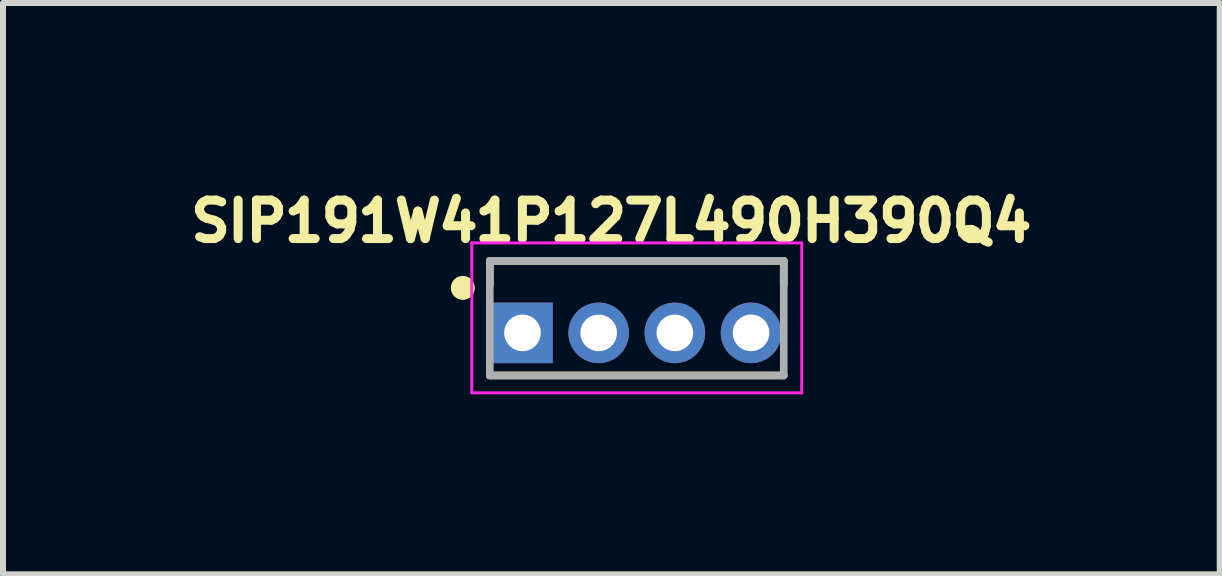
<source format=kicad_pcb>
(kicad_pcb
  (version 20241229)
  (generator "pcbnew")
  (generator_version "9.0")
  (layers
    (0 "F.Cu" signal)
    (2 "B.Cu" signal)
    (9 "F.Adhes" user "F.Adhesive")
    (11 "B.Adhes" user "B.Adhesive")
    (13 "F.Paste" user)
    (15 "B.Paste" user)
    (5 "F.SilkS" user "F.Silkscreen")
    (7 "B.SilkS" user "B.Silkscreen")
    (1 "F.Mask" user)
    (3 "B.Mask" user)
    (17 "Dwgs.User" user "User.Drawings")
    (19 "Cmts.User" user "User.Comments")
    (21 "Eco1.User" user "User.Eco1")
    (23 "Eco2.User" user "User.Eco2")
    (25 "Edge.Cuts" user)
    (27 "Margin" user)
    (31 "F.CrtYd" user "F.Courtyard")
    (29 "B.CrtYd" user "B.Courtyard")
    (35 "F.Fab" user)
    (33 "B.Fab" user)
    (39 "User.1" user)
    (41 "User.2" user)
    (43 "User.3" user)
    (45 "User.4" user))
  (footprint "SIP191W41P127L490H390Q4"
    (layer "F.Cu")
    (at 7.565 2.499)
    (property "Reference" "SIP191W41P127L490H390Q4" (at -0.424 -1.861 0) (layer "F.SilkS") (effects (font (size 0.642 0.642) (thickness 0.15))))
    (attr through_hole)
    (fp_line (start -2.45 -1.2) (end 2.45 -1.2) (stroke (width 0.127) (type solid)) (layer "F.SilkS"))
    (fp_line (start -2.45 -0.8) (end -2.45 -1.2) (stroke (width 0.127) (type solid)) (layer "F.SilkS"))
    (fp_line (start -2.45 0.71) (end 2.45 0.71) (stroke (width 0.127) (type solid)) (layer "F.SilkS"))
    (fp_line (start 2.45 -1.2) (end 2.45 -0.8) (stroke (width 0.127) (type solid)) (layer "F.SilkS"))
    (fp_circle (center -2.9 -0.75) (end -2.8 -0.75) (stroke (width 0.2) (type solid)) (fill no) (layer "F.SilkS"))
    (fp_line (start -2.75 -1.5) (end 2.75 -1.5) (stroke (width 0.05) (type solid)) (layer "F.CrtYd"))
    (fp_line (start -2.75 1) (end -2.75 -1.5) (stroke (width 0.05) (type solid)) (layer "F.CrtYd"))
    (fp_line (start 2.75 -1.5) (end 2.75 1) (stroke (width 0.05) (type solid)) (layer "F.CrtYd"))
    (fp_line (start 2.75 1) (end -2.75 1) (stroke (width 0.05) (type solid)) (layer "F.CrtYd"))
    (fp_line (start -2.45 -1.2) (end 2.45 -1.2) (stroke (width 0.127) (type solid)) (layer "F.Fab"))
    (fp_line (start -2.45 0.71) (end -2.45 -1.2) (stroke (width 0.127) (type solid)) (layer "F.Fab"))
    (fp_line (start 2.45 -1.2) (end 2.45 0.71) (stroke (width 0.127) (type solid)) (layer "F.Fab"))
    (fp_line (start 2.45 0.71) (end -2.45 0.71) (stroke (width 0.127) (type solid)) (layer "F.Fab"))
    (pad "1" thru_hole rect (at -1.905 0) (size 1.01 1.01) (drill 0.61) (layers "*.Cu" "*.Mask"))
    (pad "2" thru_hole circle (at -0.635 0) (size 1.01 1.01) (drill 0.61) (layers "*.Cu" "*.Mask"))
    (pad "3" thru_hole circle (at 0.635 0) (size 1.01 1.01) (drill 0.61) (layers "*.Cu" "*.Mask"))
    (pad "4" thru_hole circle (at 1.905 0) (size 1.01 1.01) (drill 0.61) (layers "*.Cu" "*.Mask")))
  (gr_rect
    (start -3 -3)
    (end 17.283 6.524)
    (stroke (width 0.1) (type default))
    (fill no)
    (layer "Edge.Cuts")))
</source>
